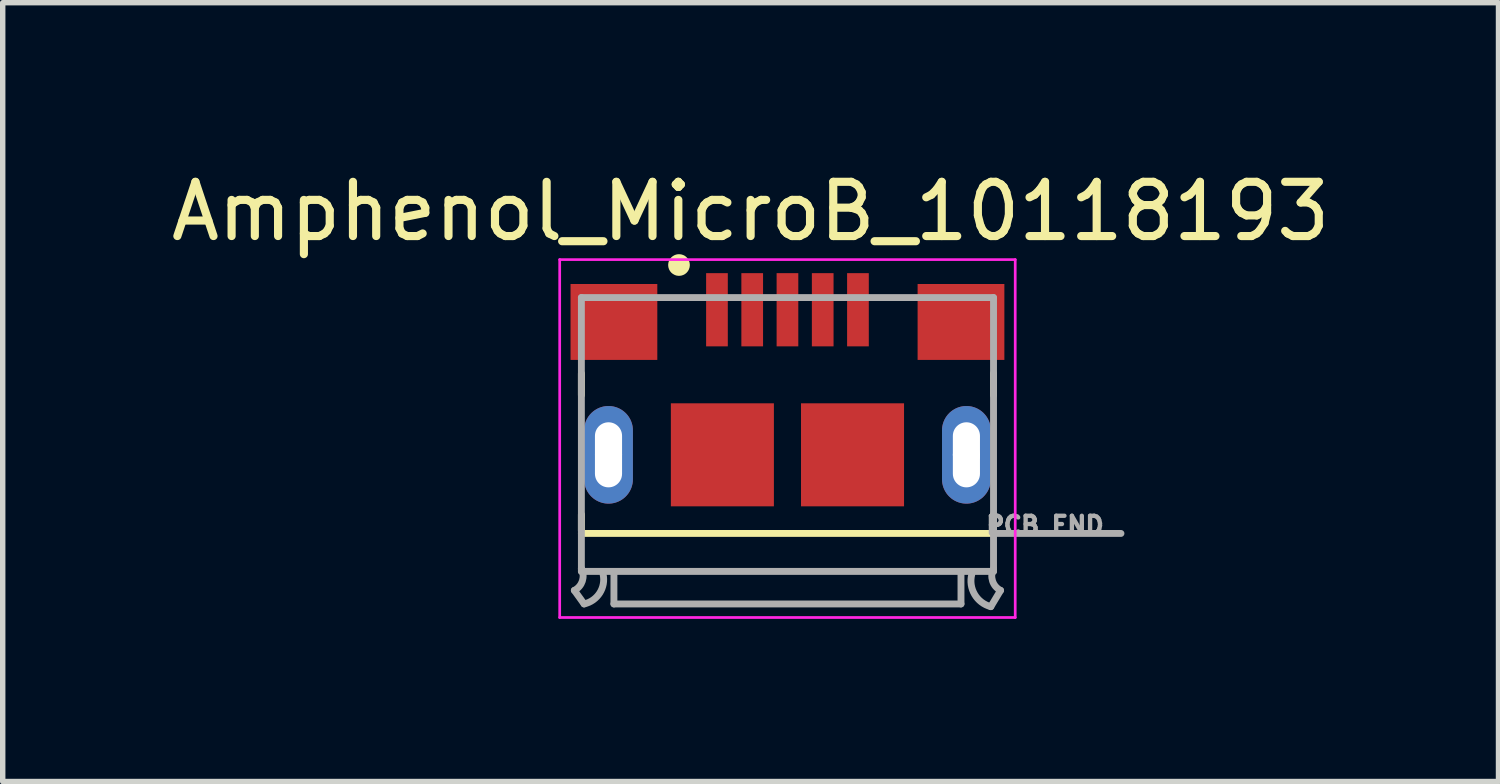
<source format=kicad_pcb>
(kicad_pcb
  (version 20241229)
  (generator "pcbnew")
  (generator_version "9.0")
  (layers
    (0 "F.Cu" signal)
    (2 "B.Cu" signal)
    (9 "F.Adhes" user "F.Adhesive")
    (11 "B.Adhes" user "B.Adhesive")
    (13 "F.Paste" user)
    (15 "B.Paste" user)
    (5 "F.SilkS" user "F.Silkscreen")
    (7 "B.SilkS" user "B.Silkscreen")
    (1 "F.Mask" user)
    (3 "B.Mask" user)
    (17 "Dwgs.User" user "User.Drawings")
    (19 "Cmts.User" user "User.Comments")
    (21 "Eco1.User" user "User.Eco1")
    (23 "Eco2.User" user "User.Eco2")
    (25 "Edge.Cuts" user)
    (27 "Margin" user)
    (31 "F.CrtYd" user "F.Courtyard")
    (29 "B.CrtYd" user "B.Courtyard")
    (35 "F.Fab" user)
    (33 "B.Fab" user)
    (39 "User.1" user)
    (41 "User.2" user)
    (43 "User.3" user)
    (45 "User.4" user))
  (footprint "Amphenol_MicroB_10118193"
    (layer "F.Cu")
    (at 11.471 5.337)
    (property "Reference" "Amphenol_MicroB_10118193" (at -0.679 -4.489 0) (layer "F.SilkS") (effects (font (size 1 1) (thickness 0.15))))
    (attr through_hole)
    (fp_line (start -3.8 -1.5) (end -3.8 -1.1) (stroke (width 0.127) (type solid)) (layer "F.SilkS"))
    (fp_line (start -3.8 1.1) (end -3.8 1.4) (stroke (width 0.127) (type solid)) (layer "F.SilkS"))
    (fp_line (start -3.8 1.45) (end 3.8 1.45) (stroke (width 0.127) (type solid)) (layer "F.SilkS"))
    (fp_line (start 3.8 -1.1) (end 3.8 -1.5) (stroke (width 0.127) (type solid)) (layer "F.SilkS"))
    (fp_line (start 3.8 1.1) (end 3.8 1.4) (stroke (width 0.127) (type solid)) (layer "F.SilkS"))
    (fp_circle (center -2 -3.5) (end -1.9 -3.5) (stroke (width 0.2) (type solid)) (fill no) (layer "F.SilkS"))
    (fp_line (start -4.2 -3.6) (end -4.2 3) (stroke (width 0.05) (type solid)) (layer "F.CrtYd"))
    (fp_line (start -4.2 3) (end 4.2 3) (stroke (width 0.05) (type solid)) (layer "F.CrtYd"))
    (fp_line (start 4.2 -3.6) (end -4.2 -3.6) (stroke (width 0.05) (type solid)) (layer "F.CrtYd"))
    (fp_line (start 4.2 3) (end 4.2 -3.6) (stroke (width 0.05) (type solid)) (layer "F.CrtYd"))
    (fp_line (start -3.93 2.5) (end -3.75 2.75) (stroke (width 0.127) (type solid)) (layer "F.Fab"))
    (fp_line (start -3.8 -2.9) (end 3.8 -2.9) (stroke (width 0.127) (type solid)) (layer "F.Fab"))
    (fp_line (start -3.8 2.1) (end -3.8 -2.9) (stroke (width 0.127) (type solid)) (layer "F.Fab"))
    (fp_line (start -3.8 2.15) (end -3.8 2.1) (stroke (width 0.127) (type solid)) (layer "F.Fab"))
    (fp_line (start -3.2 2.2) (end -3.2 2.75) (stroke (width 0.127) (type solid)) (layer "F.Fab"))
    (fp_line (start -3.2 2.75) (end 3.2 2.75) (stroke (width 0.127) (type solid)) (layer "F.Fab"))
    (fp_line (start 3.2 2.75) (end 3.2 2.2) (stroke (width 0.127) (type solid)) (layer "F.Fab"))
    (fp_line (start 3.8 -2.9) (end 3.8 1.45) (stroke (width 0.127) (type solid)) (layer "F.Fab"))
    (fp_line (start 3.8 1.45) (end 3.8 2.15) (stroke (width 0.127) (type solid)) (layer "F.Fab"))
    (fp_line (start 3.8 1.45) (end 6.15 1.45) (stroke (width 0.127) (type solid)) (layer "F.Fab"))
    (fp_line (start 3.8 2.15) (end -3.8 2.15) (stroke (width 0.127) (type solid)) (layer "F.Fab"))
    (fp_line (start 3.93 2.5) (end 3.75 2.8) (stroke (width 0.127) (type solid)) (layer "F.Fab"))
    (fp_arc (start -3.8 2.1) (mid -3.782157 2.326924) (end -3.93 2.5) (stroke (width 0.127) (type solid)) (layer "F.Fab"))
    (fp_arc (start -3.4 2.2) (mid -3.461091 2.547487) (end -3.75 2.75) (stroke (width 0.127) (type solid)) (layer "F.Fab"))
    (fp_arc (start 3.75 2.8) (mid 3.450736 2.572487) (end 3.4 2.2) (stroke (width 0.127) (type solid)) (layer "F.Fab"))
    (fp_arc (start 3.93 2.5) (mid 3.782157 2.326924) (end 3.8 2.1) (stroke (width 0.127) (type solid)) (layer "F.Fab"))
    (fp_text user "PCB END" (at 4.75 1.3 0) (layer "F.Fab") (effects (font (size 0.32 0.32) (thickness 0.15))))
    (pad "" np_thru_hole circle (at -3.3 0) (size 0.5 0.5) (drill 0.5) (layers "*.Cu" "*.Mask"))
    (pad "" np_thru_hole circle (at 3.3 0) (size 0.5 0.5) (drill 0.5) (layers "*.Cu" "*.Mask"))
    (pad "1" smd rect (at -1.3 -2.675) (size 0.4 1.35) (layers "F.Cu" "F.Mask" "F.Paste"))
    (pad "2" smd rect (at -0.65 -2.675) (size 0.4 1.35) (layers "F.Cu" "F.Mask" "F.Paste"))
    (pad "3" smd rect (at 0 -2.675) (size 0.4 1.35) (layers "F.Cu" "F.Mask" "F.Paste"))
    (pad "4" smd rect (at 0.65 -2.675) (size 0.4 1.35) (layers "F.Cu" "F.Mask" "F.Paste"))
    (pad "5" smd rect (at 1.3 -2.675) (size 0.4 1.35) (layers "F.Cu" "F.Mask" "F.Paste"))
    (pad "6" thru_hole oval (at -3.3 0) (size 0.9 1.8) (drill oval 0.5 1.2) (layers "*.Cu" "*.Mask"))
    (pad "6" smd rect (at -3.2 -2.45) (size 1.6 1.4) (layers "F.Cu" "F.Mask" "F.Paste"))
    (pad "6" smd rect (at -1.2 0) (size 1.9 1.9) (layers "F.Cu" "F.Mask" "F.Paste"))
    (pad "6" smd rect (at 1.2 0) (size 1.9 1.9) (layers "F.Cu" "F.Mask" "F.Paste"))
    (pad "6" smd rect (at 3.2 -2.45) (size 1.6 1.4) (layers "F.Cu" "F.Mask" "F.Paste"))
    (pad "6" thru_hole oval (at 3.3 0) (size 0.9 1.8) (drill oval 0.5 1.2) (layers "*.Cu" "*.Mask")))
  (gr_rect
    (start -3 -3)
    (end 24.583 11.362)
    (stroke (width 0.1) (type default))
    (fill no)
    (layer "Edge.Cuts")))
</source>
